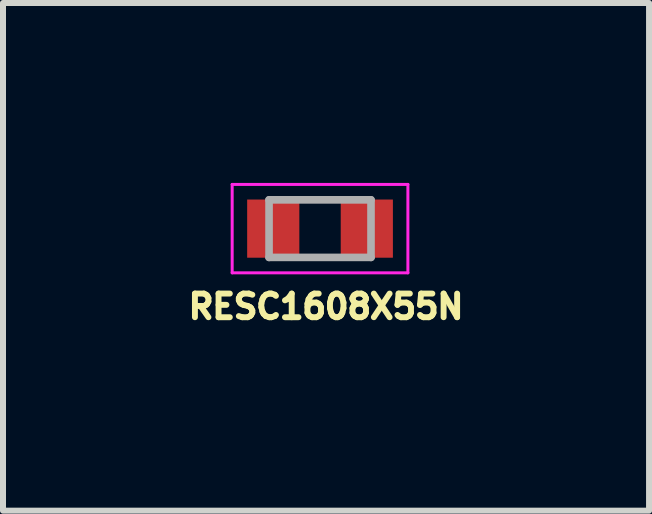
<source format=kicad_pcb>
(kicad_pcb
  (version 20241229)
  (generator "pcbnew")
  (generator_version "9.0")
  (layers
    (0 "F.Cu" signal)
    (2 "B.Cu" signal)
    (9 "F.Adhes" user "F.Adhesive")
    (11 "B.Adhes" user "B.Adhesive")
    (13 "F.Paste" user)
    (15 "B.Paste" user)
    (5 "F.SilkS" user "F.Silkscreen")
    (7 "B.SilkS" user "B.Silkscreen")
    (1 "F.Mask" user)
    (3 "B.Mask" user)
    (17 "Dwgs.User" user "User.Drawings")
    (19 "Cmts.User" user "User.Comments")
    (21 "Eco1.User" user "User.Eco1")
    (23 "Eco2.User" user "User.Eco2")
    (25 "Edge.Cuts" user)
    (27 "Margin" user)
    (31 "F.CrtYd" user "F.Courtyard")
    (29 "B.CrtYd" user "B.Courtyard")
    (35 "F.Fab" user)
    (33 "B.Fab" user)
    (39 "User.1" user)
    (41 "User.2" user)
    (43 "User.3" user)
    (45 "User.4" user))
  (footprint "RESC1608X55N"
    (layer "F.Cu")
    (at 2.286 0.762)
    (property "Reference" "RESC1608X55N" (at 0.1 1.3 0) (layer "F.SilkS") (effects (font (size 0.394 0.394) (thickness 0.15))))
    (attr through_hole)
    (fp_line (start -1.465 -0.737) (end 1.465 -0.737) (stroke (width 0.05) (type solid)) (layer "F.CrtYd"))
    (fp_line (start -1.465 0.737) (end -1.465 -0.737) (stroke (width 0.05) (type solid)) (layer "F.CrtYd"))
    (fp_line (start -1.465 0.737) (end 1.465 0.737) (stroke (width 0.05) (type solid)) (layer "F.CrtYd"))
    (fp_line (start 1.465 0.737) (end 1.465 -0.737) (stroke (width 0.05) (type solid)) (layer "F.CrtYd"))
    (fp_line (start -0.85 0.48) (end -0.85 -0.48) (stroke (width 0.127) (type solid)) (layer "F.Fab"))
    (fp_line (start 0.85 -0.48) (end -0.85 -0.48) (stroke (width 0.127) (type solid)) (layer "F.Fab"))
    (fp_line (start 0.85 0.48) (end -0.85 0.48) (stroke (width 0.127) (type solid)) (layer "F.Fab"))
    (fp_line (start 0.85 0.48) (end 0.85 -0.48) (stroke (width 0.127) (type solid)) (layer "F.Fab"))
    (pad "1" smd rect (at -0.78 0) (size 0.87 0.97) (layers "F.Cu" "F.Mask" "F.Paste"))
    (pad "2" smd rect (at 0.78 0) (size 0.87 0.97) (layers "F.Cu" "F.Mask" "F.Paste")))
  (gr_rect
    (start -3 -3)
    (end 7.772 5.465)
    (stroke (width 0.1) (type default))
    (fill no)
    (layer "Edge.Cuts")))
</source>
